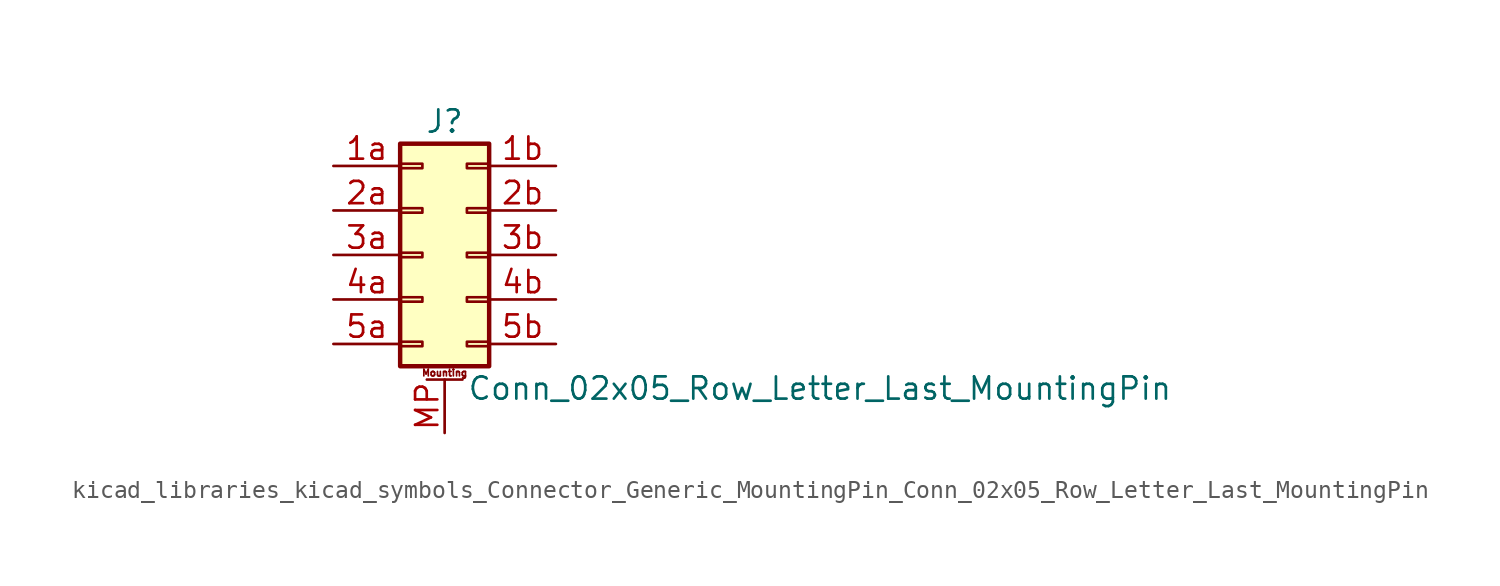
<source format=kicad_sym>
(kicad_symbol_lib
  (version 20220914)
  (generator kicad_symbol_editor)
  (symbol "kicad_libraries_kicad_symbols_Connector_Generic_MountingPin_Conn_02x05_Row_Letter_Last_MountingPin"
    (pin_names
      (offset 1.016) hide)
    (property "Reference" "J"
      (at 1.27 7.62 0)
      (effects (font (size 1.27 1.27))))
    (property "Value" "Conn_02x05_Row_Letter_Last_MountingPin"
      (at 2.54 -7.62 0)
      (effects (font (size 1.27 1.27)) (justify left)))
    (symbol "kicad_libraries_kicad_symbols_Connector_Generic_MountingPin_Conn_02x05_Row_Letter_Last_MountingPin_1_1"
      (rectangle (start -1.27 -4.953) (end 0 -5.207) (stroke (width 0.152) (type default)) (fill (type none)))
      (rectangle (start -1.27 -2.413) (end 0 -2.667) (stroke (width 0.152) (type default)) (fill (type none)))
      (rectangle (start -1.27 0.127) (end 0 -0.127) (stroke (width 0.152) (type default)) (fill (type none)))
      (rectangle (start -1.27 2.667) (end 0 2.413) (stroke (width 0.152) (type default)) (fill (type none)))
      (rectangle (start -1.27 5.207) (end 0 4.953) (stroke (width 0.152) (type default)) (fill (type none)))
      (rectangle (start -1.27 6.35) (end 3.81 -6.35) (stroke (width 0.254) (type default)) (fill (type background)))
      (polyline (pts (xy 0.254 -7.112) (xy 2.286 -7.112)) (stroke (width 0.152) (type default)) (fill (type none)))
      (rectangle (start 3.81 -4.953) (end 2.54 -5.207) (stroke (width 0.152) (type default)) (fill (type none)))
      (rectangle (start 3.81 -2.413) (end 2.54 -2.667) (stroke (width 0.152) (type default)) (fill (type none)))
      (rectangle (start 3.81 0.127) (end 2.54 -0.127) (stroke (width 0.152) (type default)) (fill (type none)))
      (rectangle (start 3.81 2.667) (end 2.54 2.413) (stroke (width 0.152) (type default)) (fill (type none)))
      (rectangle (start 3.81 5.207) (end 2.54 4.953) (stroke (width 0.152) (type default)) (fill (type none)))
      (text "Mounting" (at 1.27 -6.731 0) (effects (font (size 0.381 0.381))))
      (pin passive line (at -5.08 5.08 0) (length 3.81) (name "Pin_1a" (effects (font (size 1.27 1.27)))) (number "1a" (effects (font (size 1.27 1.27)))))
      (pin passive line (at 7.62 5.08 180) (length 3.81) (name "Pin_1b" (effects (font (size 1.27 1.27)))) (number "1b" (effects (font (size 1.27 1.27)))))
      (pin passive line (at -5.08 2.54 0) (length 3.81) (name "Pin_2a" (effects (font (size 1.27 1.27)))) (number "2a" (effects (font (size 1.27 1.27)))))
      (pin passive line (at 7.62 2.54 180) (length 3.81) (name "Pin_2b" (effects (font (size 1.27 1.27)))) (number "2b" (effects (font (size 1.27 1.27)))))
      (pin passive line (at -5.08 0 0) (length 3.81) (name "Pin_3a" (effects (font (size 1.27 1.27)))) (number "3a" (effects (font (size 1.27 1.27)))))
      (pin passive line (at 7.62 0 180) (length 3.81) (name "Pin_3b" (effects (font (size 1.27 1.27)))) (number "3b" (effects (font (size 1.27 1.27)))))
      (pin passive line (at -5.08 -2.54 0) (length 3.81) (name "Pin_4a" (effects (font (size 1.27 1.27)))) (number "4a" (effects (font (size 1.27 1.27)))))
      (pin passive line (at 7.62 -2.54 180) (length 3.81) (name "Pin_4b" (effects (font (size 1.27 1.27)))) (number "4b" (effects (font (size 1.27 1.27)))))
      (pin passive line (at -5.08 -5.08 0) (length 3.81) (name "Pin_5a" (effects (font (size 1.27 1.27)))) (number "5a" (effects (font (size 1.27 1.27)))))
      (pin passive line (at 7.62 -5.08 180) (length 3.81) (name "Pin_5b" (effects (font (size 1.27 1.27)))) (number "5b" (effects (font (size 1.27 1.27)))))
      (pin passive line (at 1.27 -10.16 90) (length 3.048) (name "MountPin" (effects (font (size 1.27 1.27)))) (number "MP" (effects (font (size 1.27 1.27))))))))
</source>
